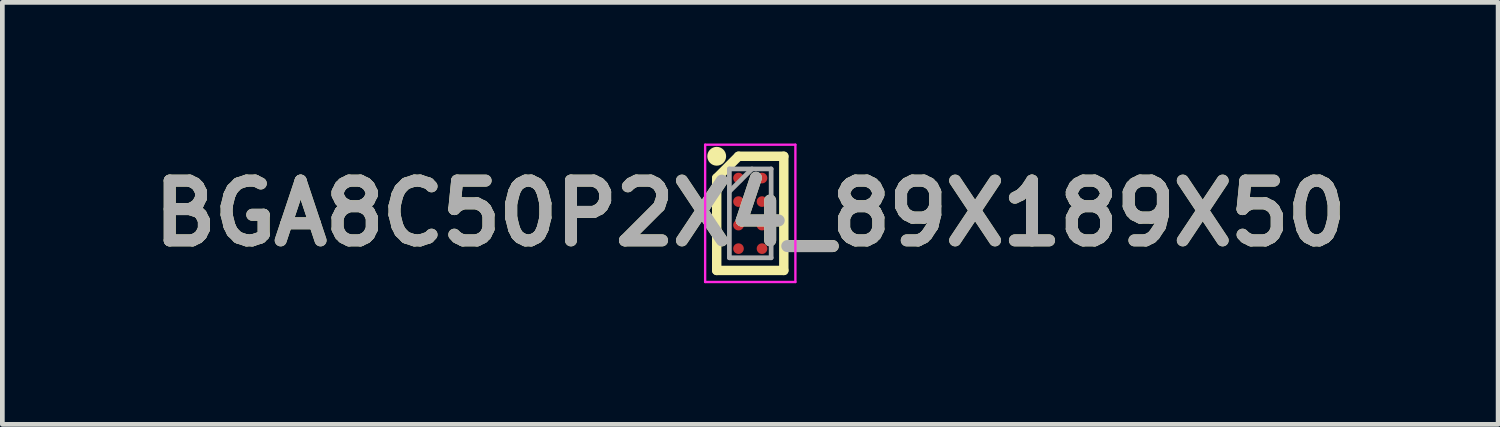
<source format=kicad_pcb>
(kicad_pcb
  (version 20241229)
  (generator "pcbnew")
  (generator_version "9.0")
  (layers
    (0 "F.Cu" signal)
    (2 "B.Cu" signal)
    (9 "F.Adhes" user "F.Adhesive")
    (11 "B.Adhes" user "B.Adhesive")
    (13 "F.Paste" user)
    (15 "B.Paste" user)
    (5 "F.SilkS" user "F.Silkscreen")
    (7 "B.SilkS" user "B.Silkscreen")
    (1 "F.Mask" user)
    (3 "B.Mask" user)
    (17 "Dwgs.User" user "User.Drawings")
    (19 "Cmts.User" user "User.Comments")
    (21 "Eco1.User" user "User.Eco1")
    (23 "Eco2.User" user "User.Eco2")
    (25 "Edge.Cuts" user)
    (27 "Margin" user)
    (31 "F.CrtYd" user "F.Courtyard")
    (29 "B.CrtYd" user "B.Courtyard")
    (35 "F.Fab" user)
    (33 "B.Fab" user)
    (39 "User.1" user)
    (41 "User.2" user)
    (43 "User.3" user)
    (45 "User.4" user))
  (footprint "BGA8C50P2X4_89X189X50"
    (layer "F.Cu")
    (at 12.894 1.484)
    (property "Reference" "BGA8C50P2X4_89X189X50" (at 0 0 0) (layer "F.SilkS") (effects (font (size 1.27 1.27) (thickness 0.254))))
    (attr smd)
    (fp_line (start -0.713 -0.75) (end -0.25 -1.213) (stroke (width 0.2) (type solid)) (layer "F.SilkS"))
    (fp_line (start -0.713 1.213) (end -0.713 -0.75) (stroke (width 0.2) (type solid)) (layer "F.SilkS"))
    (fp_line (start -0.25 -1.213) (end 0.713 -1.213) (stroke (width 0.2) (type solid)) (layer "F.SilkS"))
    (fp_line (start 0.713 -1.213) (end 0.713 1.213) (stroke (width 0.2) (type solid)) (layer "F.SilkS"))
    (fp_line (start 0.713 1.213) (end -0.713 1.213) (stroke (width 0.2) (type solid)) (layer "F.SilkS"))
    (fp_circle (center -0.713 -1.213) (end -0.713 -1.113) (stroke (width 0.2) (type solid)) (fill no) (layer "F.SilkS"))
    (fp_line (start -0.959 -1.459) (end 0.959 -1.459) (stroke (width 0.05) (type solid)) (layer "F.CrtYd"))
    (fp_line (start -0.959 1.459) (end -0.959 -1.459) (stroke (width 0.05) (type solid)) (layer "F.CrtYd"))
    (fp_line (start 0.959 -1.459) (end 0.959 1.459) (stroke (width 0.05) (type solid)) (layer "F.CrtYd"))
    (fp_line (start 0.959 1.459) (end -0.959 1.459) (stroke (width 0.05) (type solid)) (layer "F.CrtYd"))
    (fp_line (start -0.444 -0.944) (end 0.444 -0.944) (stroke (width 0.1) (type solid)) (layer "F.Fab"))
    (fp_line (start -0.444 -0.464) (end 0.036 -0.944) (stroke (width 0.1) (type solid)) (layer "F.Fab"))
    (fp_line (start -0.444 0.944) (end -0.444 -0.944) (stroke (width 0.1) (type solid)) (layer "F.Fab"))
    (fp_line (start 0.444 -0.944) (end 0.444 0.944) (stroke (width 0.1) (type solid)) (layer "F.Fab"))
    (fp_line (start 0.444 0.944) (end -0.444 0.944) (stroke (width 0.1) (type solid)) (layer "F.Fab"))
    (fp_text user "${REFERENCE}" (at 0 0 0) (layer "F.Fab") (effects (font (size 1.27 1.27) (thickness 0.254))))
    (pad "A1" smd circle (at -0.25 -0.75 90) (size 0.226 0.226) (layers "F.Cu" "F.Mask" "F.Paste"))
    (pad "A2" smd circle (at 0.25 -0.75 90) (size 0.226 0.226) (layers "F.Cu" "F.Mask" "F.Paste"))
    (pad "B1" smd circle (at -0.25 -0.25 90) (size 0.226 0.226) (layers "F.Cu" "F.Mask" "F.Paste"))
    (pad "B2" smd circle (at 0.25 -0.25 90) (size 0.226 0.226) (layers "F.Cu" "F.Mask" "F.Paste"))
    (pad "C1" smd circle (at -0.25 0.25 90) (size 0.226 0.226) (layers "F.Cu" "F.Mask" "F.Paste"))
    (pad "C2" smd circle (at 0.25 0.25 90) (size 0.226 0.226) (layers "F.Cu" "F.Mask" "F.Paste"))
    (pad "D1" smd circle (at -0.25 0.75 90) (size 0.226 0.226) (layers "F.Cu" "F.Mask" "F.Paste"))
    (pad "D2" smd circle (at 0.25 0.75 90) (size 0.226 0.226) (layers "F.Cu" "F.Mask" "F.Paste")))
  (gr_rect
    (start -3 -3)
    (end 28.787 5.968)
    (stroke (width 0.1) (type default))
    (fill no)
    (layer "Edge.Cuts")))
</source>
